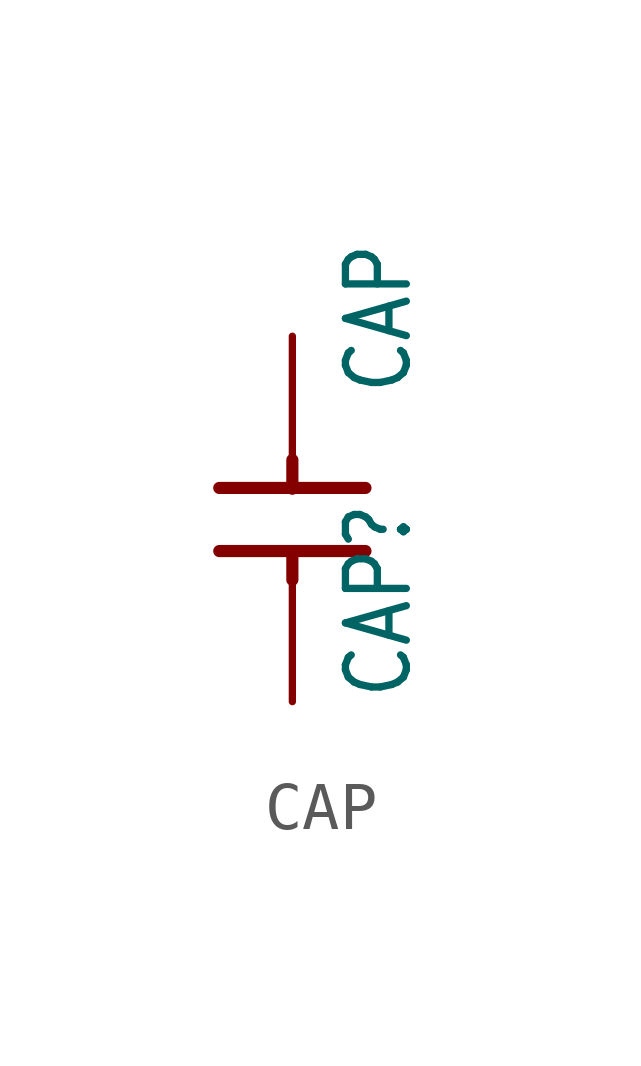
<source format=kicad_sym>
(kicad_symbol_lib
  (version 20211014)
  (generator kicad_symbol_editor)
  (symbol "CAP"
    (property "Reference" "CAP"
      (at 2.54 -2.54 90)
      (effects (font (size 1.27 1.079)) (justify left bottom)))
    (property "Value" "CAP"
      (at 2.54 3.81 90)
      (effects (font (size 1.27 1.079)) (justify left bottom)))
    (property "ki_locked" ""
      (at 0 0 0)
      (effects (font (size 1.27 1.27))))
    (symbol "CAP_1_0"
      (polyline (pts (xy -1.524 0.6) (xy 0 0.6)) (stroke (width 0.254) (type default) (color 0 0 0 0)) (fill (type none)))
      (polyline (pts (xy -1.524 1.916) (xy 1.524 1.916)) (stroke (width 0.254) (type default) (color 0 0 0 0)) (fill (type none)))
      (polyline (pts (xy 0 0) (xy 0 0.6)) (stroke (width 0.254) (type default) (color 0 0 0 0)) (fill (type none)))
      (polyline (pts (xy 0 0.6) (xy 1.524 0.6)) (stroke (width 0.254) (type default) (color 0 0 0 0)) (fill (type none)))
      (polyline (pts (xy 0 2.5) (xy 0 1.9)) (stroke (width 0.254) (type default) (color 0 0 0 0)) (fill (type none)))
      (pin bidirectional line (at 0 5.08 270) (length 2.54) (name "1" (effects (font (size 0 0)))) (number "1" (effects (font (size 0 0)))))
      (pin bidirectional line (at 0 -2.54 90) (length 2.54) (name "2" (effects (font (size 0 0)))) (number "2" (effects (font (size 0 0))))))))
</source>
